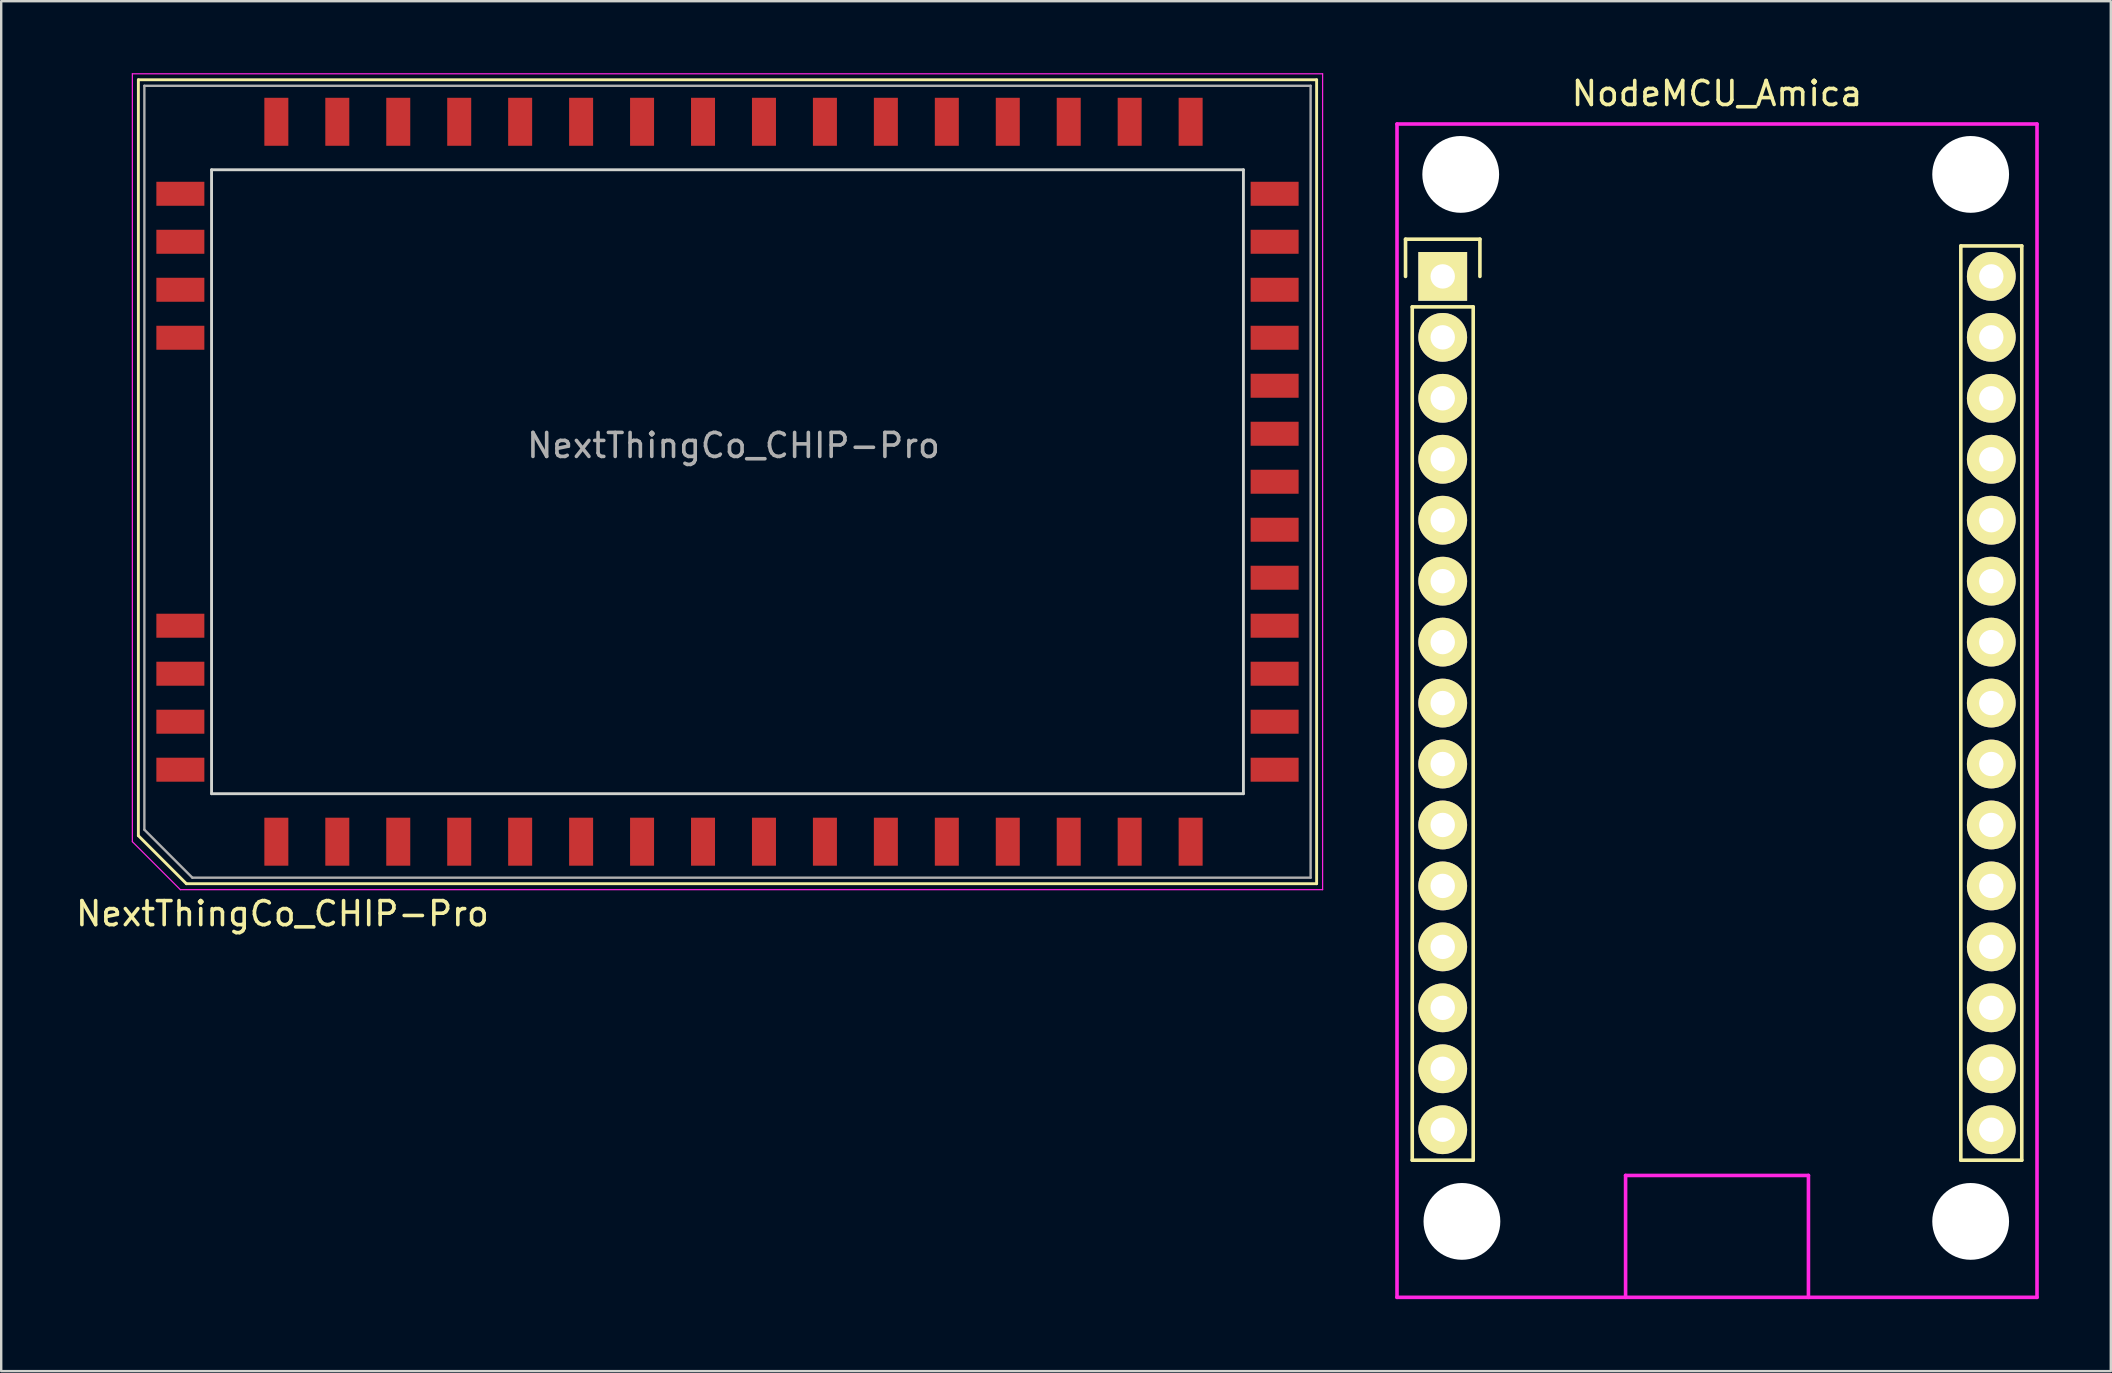
<source format=kicad_pcb>
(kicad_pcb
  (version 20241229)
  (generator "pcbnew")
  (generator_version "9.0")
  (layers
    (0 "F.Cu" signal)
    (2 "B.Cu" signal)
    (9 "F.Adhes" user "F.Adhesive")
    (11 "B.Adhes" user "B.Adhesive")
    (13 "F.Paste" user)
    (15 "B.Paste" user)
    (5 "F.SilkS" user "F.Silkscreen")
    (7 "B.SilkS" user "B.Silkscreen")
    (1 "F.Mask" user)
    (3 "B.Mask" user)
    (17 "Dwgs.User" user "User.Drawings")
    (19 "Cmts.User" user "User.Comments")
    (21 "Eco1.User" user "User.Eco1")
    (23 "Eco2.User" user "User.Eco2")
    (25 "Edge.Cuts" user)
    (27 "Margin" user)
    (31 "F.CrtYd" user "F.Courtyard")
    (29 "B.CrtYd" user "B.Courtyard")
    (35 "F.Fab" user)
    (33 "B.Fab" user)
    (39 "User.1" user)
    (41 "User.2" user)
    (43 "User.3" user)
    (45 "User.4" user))
  (footprint "NodeMCU_Amica"
    (layer "F.Cu")
    (at 57.071 8.468)
    (property "Reference" "NodeMCU_Amica" (at 11.43 -7.62 0) (layer "F.SilkS") (effects (font (size 1 1) (thickness 0.15))))
    (attr through_hole)
    (fp_line (start -1.55 -1.55) (end 1.55 -1.55) (stroke (width 0.15) (type solid)) (layer "F.SilkS"))
    (fp_line (start -1.55 0) (end -1.55 -1.55) (stroke (width 0.15) (type solid)) (layer "F.SilkS"))
    (fp_line (start -1.27 1.27) (end -1.27 36.83) (stroke (width 0.15) (type solid)) (layer "F.SilkS"))
    (fp_line (start -1.27 36.83) (end 1.27 36.83) (stroke (width 0.15) (type solid)) (layer "F.SilkS"))
    (fp_line (start 1.27 1.27) (end -1.27 1.27) (stroke (width 0.15) (type solid)) (layer "F.SilkS"))
    (fp_line (start 1.27 36.83) (end 1.27 1.27) (stroke (width 0.15) (type solid)) (layer "F.SilkS"))
    (fp_line (start 1.55 -1.55) (end 1.55 0) (stroke (width 0.15) (type solid)) (layer "F.SilkS"))
    (fp_line (start 21.59 -1.27) (end 21.59 36.83) (stroke (width 0.15) (type solid)) (layer "F.SilkS"))
    (fp_line (start 21.59 36.83) (end 24.13 36.83) (stroke (width 0.15) (type solid)) (layer "F.SilkS"))
    (fp_line (start 24.13 -1.27) (end 21.59 -1.27) (stroke (width 0.15) (type solid)) (layer "F.SilkS"))
    (fp_line (start 24.13 36.83) (end 24.13 -1.27) (stroke (width 0.15) (type solid)) (layer "F.SilkS"))
    (fp_line (start -1.905 -6.35) (end 24.765 -6.35) (stroke (width 0.15) (type solid)) (layer "F.CrtYd"))
    (fp_line (start -1.905 42.545) (end -1.905 -6.35) (stroke (width 0.15) (type solid)) (layer "F.CrtYd"))
    (fp_line (start 7.62 37.465) (end 15.24 37.465) (stroke (width 0.15) (type solid)) (layer "F.CrtYd"))
    (fp_line (start 7.62 42.545) (end 7.62 37.465) (stroke (width 0.15) (type solid)) (layer "F.CrtYd"))
    (fp_line (start 15.24 37.465) (end 15.24 42.545) (stroke (width 0.15) (type solid)) (layer "F.CrtYd"))
    (fp_line (start 24.765 -6.35) (end 24.765 42.545) (stroke (width 0.15) (type solid)) (layer "F.CrtYd"))
    (fp_line (start 24.765 42.545) (end -1.905 42.545) (stroke (width 0.15) (type solid)) (layer "F.CrtYd"))
    (pad "" np_thru_hole circle (at 0.75 -4.25) (size 3.2 3.2) (drill 3.2) (layers "*.Cu" "*.Mask"))
    (pad "" np_thru_hole circle (at 0.8 39.38) (size 3.2 3.2) (drill 3.2) (layers "*.Cu" "*.Mask"))
    (pad "" np_thru_hole circle (at 22 -4.25) (size 3.2 3.2) (drill 3.2) (layers "*.Cu" "*.Mask"))
    (pad "" np_thru_hole circle (at 22 39.38) (size 3.2 3.2) (drill 3.2) (layers "*.Cu" "*.Mask"))
    (pad "1" thru_hole rect (at 0 0) (size 2.032 2.032) (drill 1.016) (layers "*.Cu" "*.Mask" "F.SilkS"))
    (pad "2" thru_hole circle (at 0 2.54) (size 2.032 2.032) (drill 1.016) (layers "*.Cu" "*.Mask" "F.SilkS"))
    (pad "3" thru_hole circle (at 0 5.08) (size 2.032 2.032) (drill 1.016) (layers "*.Cu" "*.Mask" "F.SilkS"))
    (pad "4" thru_hole circle (at 0 7.62) (size 2.032 2.032) (drill 1.016) (layers "*.Cu" "*.Mask" "F.SilkS"))
    (pad "5" thru_hole circle (at 0 10.16) (size 2.032 2.032) (drill 1.016) (layers "*.Cu" "*.Mask" "F.SilkS"))
    (pad "6" thru_hole circle (at 0 12.7) (size 2.032 2.032) (drill 1.016) (layers "*.Cu" "*.Mask" "F.SilkS"))
    (pad "7" thru_hole circle (at 0 15.24) (size 2.032 2.032) (drill 1.016) (layers "*.Cu" "*.Mask" "F.SilkS"))
    (pad "8" thru_hole circle (at 0 17.78) (size 2.032 2.032) (drill 1.016) (layers "*.Cu" "*.Mask" "F.SilkS"))
    (pad "9" thru_hole circle (at 0 20.32) (size 2.032 2.032) (drill 1.016) (layers "*.Cu" "*.Mask" "F.SilkS"))
    (pad "10" thru_hole circle (at 0 22.86) (size 2.032 2.032) (drill 1.016) (layers "*.Cu" "*.Mask" "F.SilkS"))
    (pad "11" thru_hole circle (at 0 25.4) (size 2.032 2.032) (drill 1.016) (layers "*.Cu" "*.Mask" "F.SilkS"))
    (pad "12" thru_hole circle (at 0 27.94) (size 2.032 2.032) (drill 1.016) (layers "*.Cu" "*.Mask" "F.SilkS"))
    (pad "13" thru_hole circle (at 0 30.48) (size 2.032 2.032) (drill 1.016) (layers "*.Cu" "*.Mask" "F.SilkS"))
    (pad "14" thru_hole circle (at 0 33.02) (size 2.032 2.032) (drill 1.016) (layers "*.Cu" "*.Mask" "F.SilkS"))
    (pad "15" thru_hole circle (at 0 35.56) (size 2.032 2.032) (drill 1.016) (layers "*.Cu" "*.Mask" "F.SilkS"))
    (pad "16" thru_hole circle (at 22.86 35.56) (size 2.032 2.032) (drill 1.016) (layers "*.Cu" "*.Mask" "F.SilkS"))
    (pad "17" thru_hole circle (at 22.86 33.02) (size 2.032 2.032) (drill 1.016) (layers "*.Cu" "*.Mask" "F.SilkS"))
    (pad "18" thru_hole circle (at 22.86 30.48) (size 2.032 2.032) (drill 1.016) (layers "*.Cu" "*.Mask" "F.SilkS"))
    (pad "19" thru_hole circle (at 22.86 27.94) (size 2.032 2.032) (drill 1.016) (layers "*.Cu" "*.Mask" "F.SilkS"))
    (pad "20" thru_hole circle (at 22.86 25.4) (size 2.032 2.032) (drill 1.016) (layers "*.Cu" "*.Mask" "F.SilkS"))
    (pad "21" thru_hole circle (at 22.86 22.86) (size 2.032 2.032) (drill 1.016) (layers "*.Cu" "*.Mask" "F.SilkS"))
    (pad "22" thru_hole circle (at 22.86 20.32) (size 2.032 2.032) (drill 1.016) (layers "*.Cu" "*.Mask" "F.SilkS"))
    (pad "23" thru_hole circle (at 22.86 17.78) (size 2.032 2.032) (drill 1.016) (layers "*.Cu" "*.Mask" "F.SilkS"))
    (pad "24" thru_hole circle (at 22.86 15.24) (size 2.032 2.032) (drill 1.016) (layers "*.Cu" "*.Mask" "F.SilkS"))
    (pad "25" thru_hole circle (at 22.86 12.7) (size 2.032 2.032) (drill 1.016) (layers "*.Cu" "*.Mask" "F.SilkS"))
    (pad "26" thru_hole circle (at 22.86 10.16) (size 2.032 2.032) (drill 1.016) (layers "*.Cu" "*.Mask" "F.SilkS"))
    (pad "27" thru_hole circle (at 22.86 7.62) (size 2.032 2.032) (drill 1.016) (layers "*.Cu" "*.Mask" "F.SilkS"))
    (pad "28" thru_hole circle (at 22.86 5.08) (size 2.032 2.032) (drill 1.016) (layers "*.Cu" "*.Mask" "F.SilkS"))
    (pad "29" thru_hole circle (at 22.86 2.54) (size 2.032 2.032) (drill 1.016) (layers "*.Cu" "*.Mask" "F.SilkS"))
    (pad "30" thru_hole circle (at 22.86 0) (size 2.032 2.032) (drill 1.016) (layers "*.Cu" "*.Mask" "F.SilkS")))
  (footprint "NextThingCo_CHIP-Pro"
    (layer "F.Cu")
    (at 27.266 17.025)
    (property "Reference" "NextThingCo_CHIP-Pro" (at -18.546 18 0) (layer "F.SilkS") (effects (font (size 1 1) (thickness 0.15))))
    (attr smd)
    (fp_line (start -24.55 -16.75) (end -24.55 14.75) (stroke (width 0.12) (type solid)) (layer "F.SilkS"))
    (fp_line (start -24.55 -16.75) (end 24.55 -16.75) (stroke (width 0.12) (type solid)) (layer "F.SilkS"))
    (fp_line (start -24.55 14.75) (end -22.55 16.75) (stroke (width 0.12) (type solid)) (layer "F.SilkS"))
    (fp_line (start -22.55 16.75) (end 24.55 16.75) (stroke (width 0.12) (type solid)) (layer "F.SilkS"))
    (fp_line (start 24.55 -16.75) (end 24.55 16.75) (stroke (width 0.12) (type solid)) (layer "F.SilkS"))
    (fp_line (start -21.5 -13) (end -21.5 13) (stroke (width 0.12) (type solid)) (layer "Edge.Cuts"))
    (fp_line (start 21.5 -13) (end -21.5 -13) (stroke (width 0.12) (type solid)) (layer "Edge.Cuts"))
    (fp_line (start 21.5 -13) (end 21.5 13) (stroke (width 0.12) (type solid)) (layer "Edge.Cuts"))
    (fp_line (start 21.5 13) (end -21.5 13) (stroke (width 0.12) (type solid)) (layer "Edge.Cuts"))
    (fp_line (start -24.8 -17) (end -24.8 15) (stroke (width 0.05) (type solid)) (layer "F.CrtYd"))
    (fp_line (start -24.8 -17) (end 24.8 -17) (stroke (width 0.05) (type solid)) (layer "F.CrtYd"))
    (fp_line (start -24.8 15) (end -22.8 17) (stroke (width 0.05) (type solid)) (layer "F.CrtYd"))
    (fp_line (start 24.8 -17) (end 24.8 17) (stroke (width 0.05) (type solid)) (layer "F.CrtYd"))
    (fp_line (start 24.8 17) (end -22.8 17) (stroke (width 0.05) (type solid)) (layer "F.CrtYd"))
    (fp_line (start -24.3 -16.5) (end -24.3 14.5) (stroke (width 0.1) (type solid)) (layer "F.Fab"))
    (fp_line (start -24.3 -16.5) (end 24.3 -16.5) (stroke (width 0.1) (type solid)) (layer "F.Fab"))
    (fp_line (start -24.3 14.5) (end -22.3 16.5) (stroke (width 0.1) (type solid)) (layer "F.Fab"))
    (fp_line (start -22.3 16.5) (end 24.3 16.5) (stroke (width 0.1) (type solid)) (layer "F.Fab"))
    (fp_line (start 24.3 -16.5) (end 24.3 16.5) (stroke (width 0.1) (type solid)) (layer "F.Fab"))
    (fp_text user "${REFERENCE}" (at 0.25 -1.51 0) (layer "F.Fab") (effects (font (size 1 1) (thickness 0.15))))
    (pad "1" smd rect (at -18.8 15) (size 1 2) (layers "F.Cu" "F.Mask" "F.Paste"))
    (pad "2" smd rect (at -16.26 15) (size 1 2) (layers "F.Cu" "F.Mask" "F.Paste"))
    (pad "3" smd rect (at -13.72 15) (size 1 2) (layers "F.Cu" "F.Mask" "F.Paste"))
    (pad "4" smd rect (at -11.18 15) (size 1 2) (layers "F.Cu" "F.Mask" "F.Paste"))
    (pad "5" smd rect (at -8.64 15) (size 1 2) (layers "F.Cu" "F.Mask" "F.Paste"))
    (pad "6" smd rect (at -6.1 15) (size 1 2) (layers "F.Cu" "F.Mask" "F.Paste"))
    (pad "7" smd rect (at -3.56 15) (size 1 2) (layers "F.Cu" "F.Mask" "F.Paste"))
    (pad "8" smd rect (at -1.02 15) (size 1 2) (layers "F.Cu" "F.Mask" "F.Paste"))
    (pad "9" smd rect (at 1.52 15) (size 1 2) (layers "F.Cu" "F.Mask" "F.Paste"))
    (pad "10" smd rect (at 4.06 15) (size 1 2) (layers "F.Cu" "F.Mask" "F.Paste"))
    (pad "11" smd rect (at 6.6 15) (size 1 2) (layers "F.Cu" "F.Mask" "F.Paste"))
    (pad "12" smd rect (at 9.14 15) (size 1 2) (layers "F.Cu" "F.Mask" "F.Paste"))
    (pad "13" smd rect (at 11.68 15) (size 1 2) (layers "F.Cu" "F.Mask" "F.Paste"))
    (pad "14" smd rect (at 14.22 15) (size 1 2) (layers "F.Cu" "F.Mask" "F.Paste"))
    (pad "15" smd rect (at 16.76 15) (size 1 2) (layers "F.Cu" "F.Mask" "F.Paste"))
    (pad "16" smd rect (at 19.3 15) (size 1 2) (layers "F.Cu" "F.Mask" "F.Paste"))
    (pad "17" smd rect (at 22.8 12 90) (size 1 2) (layers "F.Cu" "F.Mask" "F.Paste"))
    (pad "18" smd rect (at 22.8 10 90) (size 1 2) (layers "F.Cu" "F.Mask" "F.Paste"))
    (pad "19" smd rect (at 22.8 8 90) (size 1 2) (layers "F.Cu" "F.Mask" "F.Paste"))
    (pad "20" smd rect (at 22.8 6 90) (size 1 2) (layers "F.Cu" "F.Mask" "F.Paste"))
    (pad "21" smd rect (at 22.8 4 90) (size 1 2) (layers "F.Cu" "F.Mask" "F.Paste"))
    (pad "22" smd rect (at 22.8 2 90) (size 1 2) (layers "F.Cu" "F.Mask" "F.Paste"))
    (pad "23" smd rect (at 22.8 0 90) (size 1 2) (layers "F.Cu" "F.Mask" "F.Paste"))
    (pad "24" smd rect (at 22.8 -2 90) (size 1 2) (layers "F.Cu" "F.Mask" "F.Paste"))
    (pad "25" smd rect (at 22.8 -4 90) (size 1 2) (layers "F.Cu" "F.Mask" "F.Paste"))
    (pad "26" smd rect (at 22.8 -6 90) (size 1 2) (layers "F.Cu" "F.Mask" "F.Paste"))
    (pad "27" smd rect (at 22.8 -8 90) (size 1 2) (layers "F.Cu" "F.Mask" "F.Paste"))
    (pad "28" smd rect (at 22.8 -10 90) (size 1 2) (layers "F.Cu" "F.Mask" "F.Paste"))
    (pad "29" smd rect (at 22.8 -12 90) (size 1 2) (layers "F.Cu" "F.Mask" "F.Paste"))
    (pad "30" smd rect (at 19.3 -15) (size 1 2) (layers "F.Cu" "F.Mask" "F.Paste"))
    (pad "31" smd rect (at 16.76 -15) (size 1 2) (layers "F.Cu" "F.Mask" "F.Paste"))
    (pad "32" smd rect (at 14.22 -15) (size 1 2) (layers "F.Cu" "F.Mask" "F.Paste"))
    (pad "33" smd rect (at 11.68 -15) (size 1 2) (layers "F.Cu" "F.Mask" "F.Paste"))
    (pad "34" smd rect (at 9.14 -15) (size 1 2) (layers "F.Cu" "F.Mask" "F.Paste"))
    (pad "35" smd rect (at 6.6 -15) (size 1 2) (layers "F.Cu" "F.Mask" "F.Paste"))
    (pad "36" smd rect (at 4.06 -15) (size 1 2) (layers "F.Cu" "F.Mask" "F.Paste"))
    (pad "37" smd rect (at 1.52 -15) (size 1 2) (layers "F.Cu" "F.Mask" "F.Paste"))
    (pad "38" smd rect (at -1.02 -15) (size 1 2) (layers "F.Cu" "F.Mask" "F.Paste"))
    (pad "39" smd rect (at -3.56 -15) (size 1 2) (layers "F.Cu" "F.Mask" "F.Paste"))
    (pad "40" smd rect (at -6.1 -15) (size 1 2) (layers "F.Cu" "F.Mask" "F.Paste"))
    (pad "41" smd rect (at -8.64 -15) (size 1 2) (layers "F.Cu" "F.Mask" "F.Paste"))
    (pad "42" smd rect (at -11.18 -15) (size 1 2) (layers "F.Cu" "F.Mask" "F.Paste"))
    (pad "43" smd rect (at -13.72 -15) (size 1 2) (layers "F.Cu" "F.Mask" "F.Paste"))
    (pad "44" smd rect (at -16.26 -15) (size 1 2) (layers "F.Cu" "F.Mask" "F.Paste"))
    (pad "45" smd rect (at -18.8 -15) (size 1 2) (layers "F.Cu" "F.Mask" "F.Paste"))
    (pad "46" smd rect (at -22.8 -12) (size 2 1) (layers "F.Cu" "F.Mask" "F.Paste"))
    (pad "47" smd rect (at -22.8 -10) (size 2 1) (layers "F.Cu" "F.Mask" "F.Paste"))
    (pad "48" smd rect (at -22.8 -8) (size 2 1) (layers "F.Cu" "F.Mask" "F.Paste"))
    (pad "49" smd rect (at -22.8 -6) (size 2 1) (layers "F.Cu" "F.Mask" "F.Paste"))
    (pad "50" smd rect (at -22.8 6) (size 2 1) (layers "F.Cu" "F.Mask" "F.Paste"))
    (pad "51" smd rect (at -22.8 8) (size 2 1) (layers "F.Cu" "F.Mask" "F.Paste"))
    (pad "52" smd rect (at -22.8 10) (size 2 1) (layers "F.Cu" "F.Mask" "F.Paste"))
    (pad "53" smd rect (at -22.8 12) (size 2 1) (layers "F.Cu" "F.Mask" "F.Paste")))
  (gr_rect
    (start -3 -3)
    (end 84.911 54.088)
    (stroke (width 0.1) (type default))
    (fill no)
    (layer "Edge.Cuts")))
</source>
